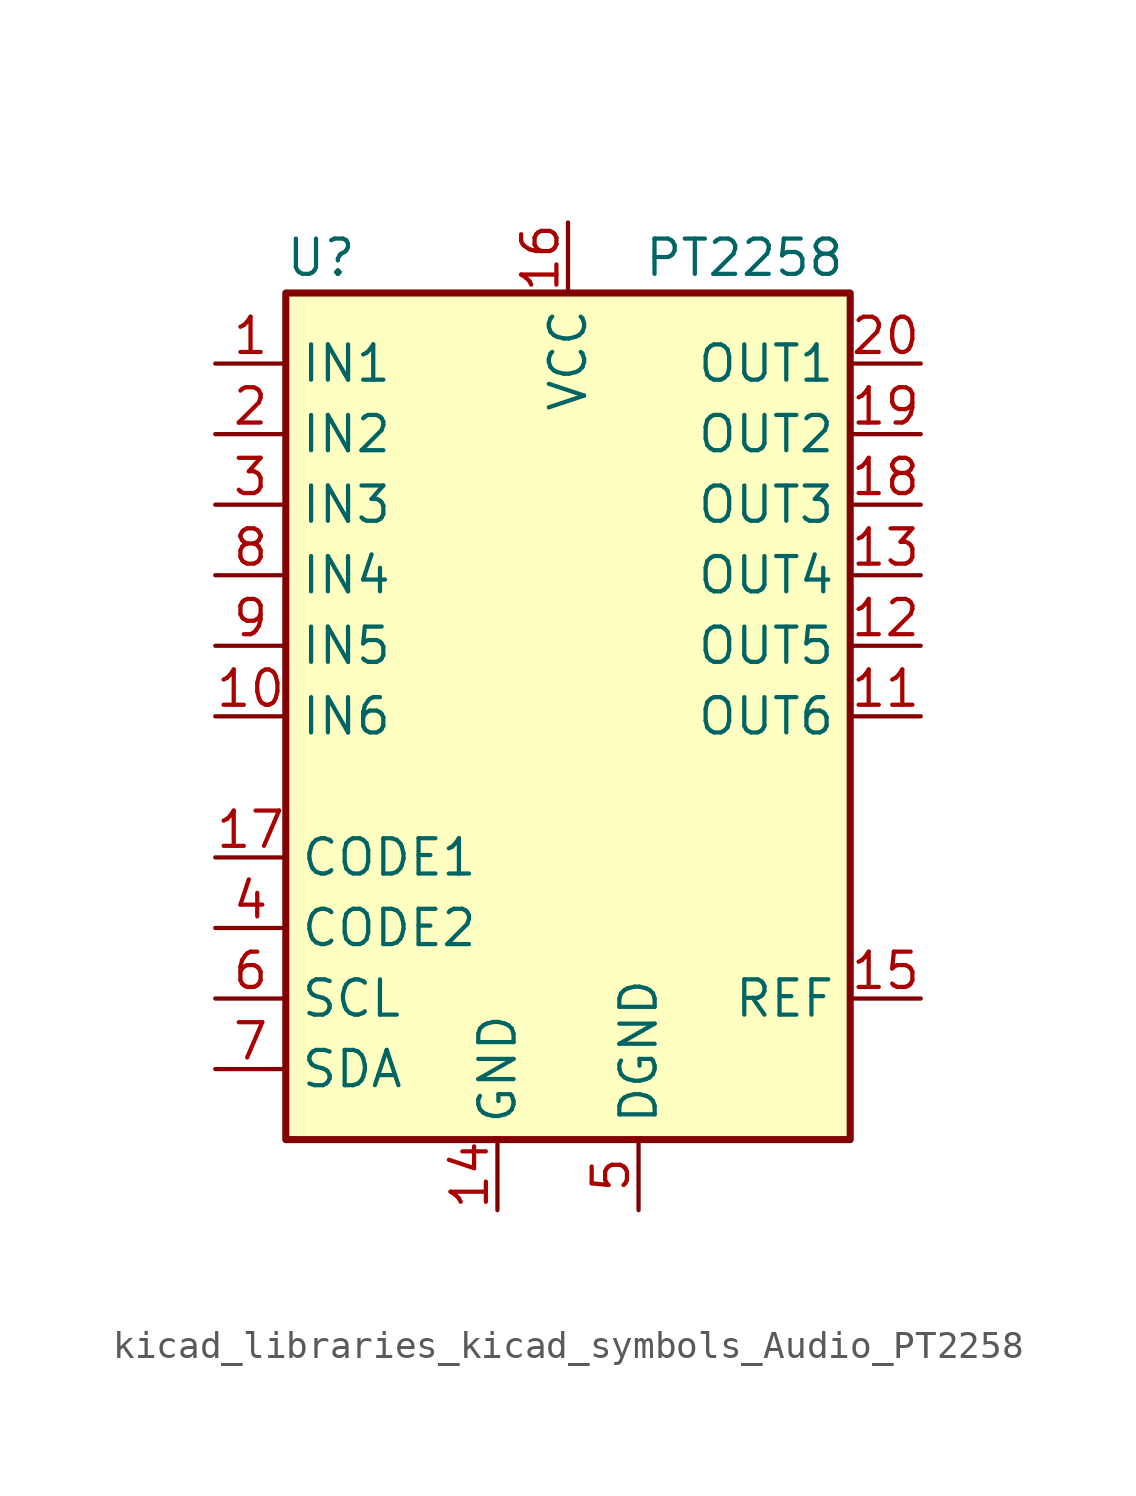
<source format=kicad_sym>
(kicad_symbol_lib
  (version 20220914)
  (generator kicad_symbol_editor)
  (symbol "kicad_libraries_kicad_symbols_Audio_PT2258"
    (property "Reference" "U"
      (at -8.89 16.51 0)
      (effects (font (size 1.27 1.27))))
    (property "Value" "PT2258"
      (at 6.35 16.51 0)
      (effects (font (size 1.27 1.27))))
    (symbol "kicad_libraries_kicad_symbols_Audio_PT2258_0_1"
      (rectangle (start -10.16 15.24) (end 10.16 -15.24) (stroke (width 0.254) (type solid)) (fill (type background))))
    (symbol "kicad_libraries_kicad_symbols_Audio_PT2258_1_1"
      (pin input line (at -12.7 12.7 0) (length 2.54) (name "IN1" (effects (font (size 1.27 1.27)))) (number "1" (effects (font (size 1.27 1.27)))))
      (pin input line (at -12.7 0 0) (length 2.54) (name "IN6" (effects (font (size 1.27 1.27)))) (number "10" (effects (font (size 1.27 1.27)))))
      (pin output line (at 12.7 0 180) (length 2.54) (name "OUT6" (effects (font (size 1.27 1.27)))) (number "11" (effects (font (size 1.27 1.27)))))
      (pin output line (at 12.7 2.54 180) (length 2.54) (name "OUT5" (effects (font (size 1.27 1.27)))) (number "12" (effects (font (size 1.27 1.27)))))
      (pin output line (at 12.7 5.08 180) (length 2.54) (name "OUT4" (effects (font (size 1.27 1.27)))) (number "13" (effects (font (size 1.27 1.27)))))
      (pin power_in line (at -2.54 -17.78 90) (length 2.54) (name "GND" (effects (font (size 1.27 1.27)))) (number "14" (effects (font (size 1.27 1.27)))))
      (pin output line (at 12.7 -10.16 180) (length 2.54) (name "REF" (effects (font (size 1.27 1.27)))) (number "15" (effects (font (size 1.27 1.27)))))
      (pin power_in line (at 0 17.78 270) (length 2.54) (name "VCC" (effects (font (size 1.27 1.27)))) (number "16" (effects (font (size 1.27 1.27)))))
      (pin input line (at -12.7 -5.08 0) (length 2.54) (name "CODE1" (effects (font (size 1.27 1.27)))) (number "17" (effects (font (size 1.27 1.27)))))
      (pin output line (at 12.7 7.62 180) (length 2.54) (name "OUT3" (effects (font (size 1.27 1.27)))) (number "18" (effects (font (size 1.27 1.27)))))
      (pin output line (at 12.7 10.16 180) (length 2.54) (name "OUT2" (effects (font (size 1.27 1.27)))) (number "19" (effects (font (size 1.27 1.27)))))
      (pin input line (at -12.7 10.16 0) (length 2.54) (name "IN2" (effects (font (size 1.27 1.27)))) (number "2" (effects (font (size 1.27 1.27)))))
      (pin output line (at 12.7 12.7 180) (length 2.54) (name "OUT1" (effects (font (size 1.27 1.27)))) (number "20" (effects (font (size 1.27 1.27)))))
      (pin input line (at -12.7 7.62 0) (length 2.54) (name "IN3" (effects (font (size 1.27 1.27)))) (number "3" (effects (font (size 1.27 1.27)))))
      (pin input line (at -12.7 -7.62 0) (length 2.54) (name "CODE2" (effects (font (size 1.27 1.27)))) (number "4" (effects (font (size 1.27 1.27)))))
      (pin power_in line (at 2.54 -17.78 90) (length 2.54) (name "DGND" (effects (font (size 1.27 1.27)))) (number "5" (effects (font (size 1.27 1.27)))))
      (pin bidirectional line (at -12.7 -10.16 0) (length 2.54) (name "SCL" (effects (font (size 1.27 1.27)))) (number "6" (effects (font (size 1.27 1.27)))))
      (pin bidirectional line (at -12.7 -12.7 0) (length 2.54) (name "SDA" (effects (font (size 1.27 1.27)))) (number "7" (effects (font (size 1.27 1.27)))))
      (pin input line (at -12.7 5.08 0) (length 2.54) (name "IN4" (effects (font (size 1.27 1.27)))) (number "8" (effects (font (size 1.27 1.27)))))
      (pin input line (at -12.7 2.54 0) (length 2.54) (name "IN5" (effects (font (size 1.27 1.27)))) (number "9" (effects (font (size 1.27 1.27))))))))
</source>
